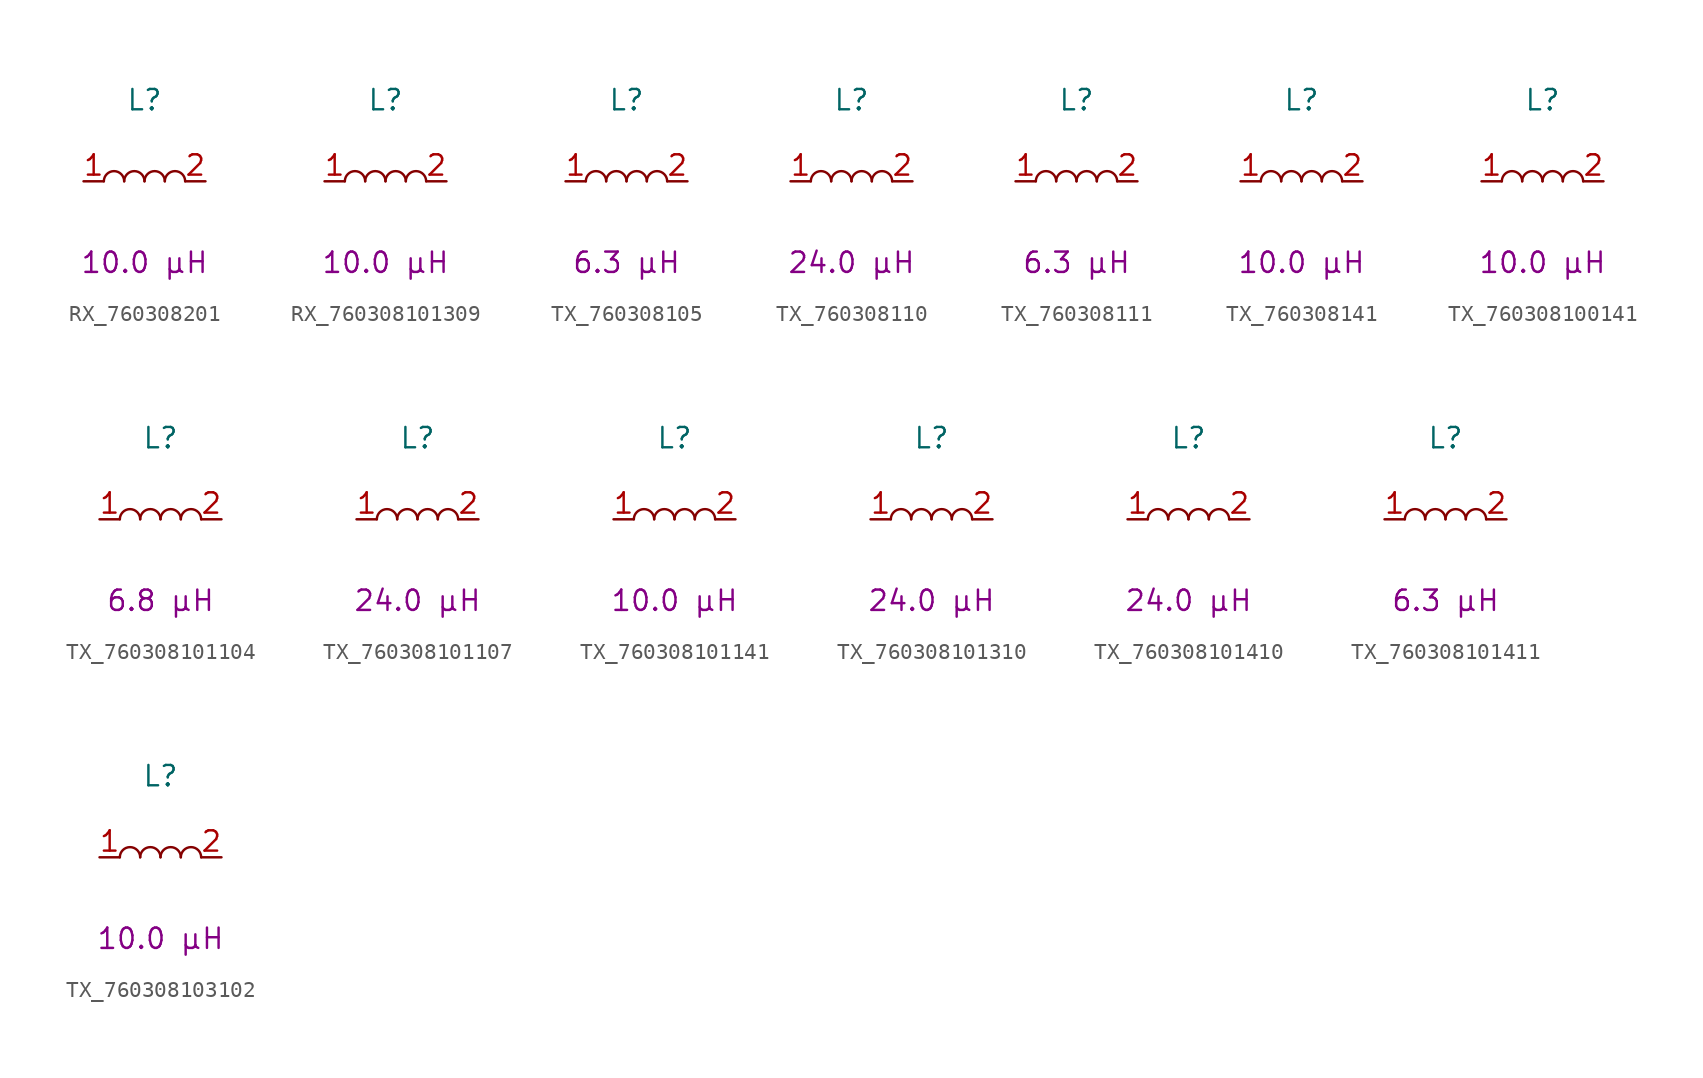
<source format=kicad_sym>
(kicad_symbol_lib
  (version 20220914)
  (generator kicad_symbol_editor)
  (symbol "RX_760308201"
    (pin_names hide)
    (property "Reference" "L"
      (at 0 5.08 0)
      (effects (font (size 1.27 1.27))))
    (property "Critical Parameter" "10.0 µH"
      (at 0 -5.08 0)
      (effects (font (size 1.27 1.27))))
    (symbol "RX_760308201_0_1"
      (arc (start -1.27 0) (mid -1.905 0.6323) (end -2.54 0) (stroke (width 0) (type default)) (fill (type none)))
      (arc (start 0 0) (mid -0.635 0.6323) (end -1.27 0) (stroke (width 0) (type default)) (fill (type none)))
      (arc (start 1.27 0) (mid 0.635 0.6323) (end 0 0) (stroke (width 0) (type default)) (fill (type none)))
      (arc (start 2.54 0) (mid 1.905 0.6323) (end 1.27 0) (stroke (width 0) (type default)) (fill (type none))))
    (symbol "RX_760308201_1_1"
      (pin passive line (at -3.81 0 0) (length 1.27) (name "1" (effects (font (size 1.27 1.27)))) (number "1" (effects (font (size 1.27 1.27)))))
      (pin passive line (at 3.81 0 180) (length 1.27) (name "2" (effects (font (size 1.27 1.27)))) (number "2" (effects (font (size 1.27 1.27)))))))
  (symbol "RX_760308101309"
    (pin_names hide)
    (property "Reference" "L"
      (at 0 5.08 0)
      (effects (font (size 1.27 1.27))))
    (property "Critical Parameter" "10.0 µH"
      (at 0 -5.08 0)
      (effects (font (size 1.27 1.27))))
    (symbol "RX_760308101309_0_1"
      (arc (start -1.27 0) (mid -1.905 0.6323) (end -2.54 0) (stroke (width 0) (type default)) (fill (type none)))
      (arc (start 0 0) (mid -0.635 0.6323) (end -1.27 0) (stroke (width 0) (type default)) (fill (type none)))
      (arc (start 1.27 0) (mid 0.635 0.6323) (end 0 0) (stroke (width 0) (type default)) (fill (type none)))
      (arc (start 2.54 0) (mid 1.905 0.6323) (end 1.27 0) (stroke (width 0) (type default)) (fill (type none))))
    (symbol "RX_760308101309_1_1"
      (pin passive line (at -3.81 0 0) (length 1.27) (name "1" (effects (font (size 1.27 1.27)))) (number "1" (effects (font (size 1.27 1.27)))))
      (pin passive line (at 3.81 0 180) (length 1.27) (name "2" (effects (font (size 1.27 1.27)))) (number "2" (effects (font (size 1.27 1.27)))))))
  (symbol "TX_760308105"
    (pin_names hide)
    (property "Reference" "L"
      (at 0 5.08 0)
      (effects (font (size 1.27 1.27))))
    (property "Critical Parameter" "6.3 µH"
      (at 0 -5.08 0)
      (effects (font (size 1.27 1.27))))
    (symbol "TX_760308105_0_1"
      (arc (start -1.27 0) (mid -1.905 0.6323) (end -2.54 0) (stroke (width 0) (type default)) (fill (type none)))
      (arc (start 0 0) (mid -0.635 0.6323) (end -1.27 0) (stroke (width 0) (type default)) (fill (type none)))
      (arc (start 1.27 0) (mid 0.635 0.6323) (end 0 0) (stroke (width 0) (type default)) (fill (type none)))
      (arc (start 2.54 0) (mid 1.905 0.6323) (end 1.27 0) (stroke (width 0) (type default)) (fill (type none))))
    (symbol "TX_760308105_1_1"
      (pin passive line (at -3.81 0 0) (length 1.27) (name "1" (effects (font (size 1.27 1.27)))) (number "1" (effects (font (size 1.27 1.27)))))
      (pin passive line (at 3.81 0 180) (length 1.27) (name "2" (effects (font (size 1.27 1.27)))) (number "2" (effects (font (size 1.27 1.27)))))))
  (symbol "TX_760308110"
    (pin_names hide)
    (property "Reference" "L"
      (at 0 5.08 0)
      (effects (font (size 1.27 1.27))))
    (property "Critical Parameter" "24.0 µH"
      (at 0 -5.08 0)
      (effects (font (size 1.27 1.27))))
    (symbol "TX_760308110_0_1"
      (arc (start -1.27 0) (mid -1.905 0.6323) (end -2.54 0) (stroke (width 0) (type default)) (fill (type none)))
      (arc (start 0 0) (mid -0.635 0.6323) (end -1.27 0) (stroke (width 0) (type default)) (fill (type none)))
      (arc (start 1.27 0) (mid 0.635 0.6323) (end 0 0) (stroke (width 0) (type default)) (fill (type none)))
      (arc (start 2.54 0) (mid 1.905 0.6323) (end 1.27 0) (stroke (width 0) (type default)) (fill (type none))))
    (symbol "TX_760308110_1_1"
      (pin passive line (at -3.81 0 0) (length 1.27) (name "1" (effects (font (size 1.27 1.27)))) (number "1" (effects (font (size 1.27 1.27)))))
      (pin passive line (at 3.81 0 180) (length 1.27) (name "2" (effects (font (size 1.27 1.27)))) (number "2" (effects (font (size 1.27 1.27)))))))
  (symbol "TX_760308111"
    (pin_names hide)
    (property "Reference" "L"
      (at 0 5.08 0)
      (effects (font (size 1.27 1.27))))
    (property "Critical Parameter" "6.3 µH"
      (at 0 -5.08 0)
      (effects (font (size 1.27 1.27))))
    (symbol "TX_760308111_0_1"
      (arc (start -1.27 0) (mid -1.905 0.6323) (end -2.54 0) (stroke (width 0) (type default)) (fill (type none)))
      (arc (start 0 0) (mid -0.635 0.6323) (end -1.27 0) (stroke (width 0) (type default)) (fill (type none)))
      (arc (start 1.27 0) (mid 0.635 0.6323) (end 0 0) (stroke (width 0) (type default)) (fill (type none)))
      (arc (start 2.54 0) (mid 1.905 0.6323) (end 1.27 0) (stroke (width 0) (type default)) (fill (type none))))
    (symbol "TX_760308111_1_1"
      (pin passive line (at -3.81 0 0) (length 1.27) (name "1" (effects (font (size 1.27 1.27)))) (number "1" (effects (font (size 1.27 1.27)))))
      (pin passive line (at 3.81 0 180) (length 1.27) (name "2" (effects (font (size 1.27 1.27)))) (number "2" (effects (font (size 1.27 1.27)))))))
  (symbol "TX_760308141"
    (pin_names hide)
    (property "Reference" "L"
      (at 0 5.08 0)
      (effects (font (size 1.27 1.27))))
    (property "Critical Parameter" "10.0 µH"
      (at 0 -5.08 0)
      (effects (font (size 1.27 1.27))))
    (symbol "TX_760308141_0_1"
      (arc (start -1.27 0) (mid -1.905 0.6323) (end -2.54 0) (stroke (width 0) (type default)) (fill (type none)))
      (arc (start 0 0) (mid -0.635 0.6323) (end -1.27 0) (stroke (width 0) (type default)) (fill (type none)))
      (arc (start 1.27 0) (mid 0.635 0.6323) (end 0 0) (stroke (width 0) (type default)) (fill (type none)))
      (arc (start 2.54 0) (mid 1.905 0.6323) (end 1.27 0) (stroke (width 0) (type default)) (fill (type none))))
    (symbol "TX_760308141_1_1"
      (pin passive line (at -3.81 0 0) (length 1.27) (name "1" (effects (font (size 1.27 1.27)))) (number "1" (effects (font (size 1.27 1.27)))))
      (pin passive line (at 3.81 0 180) (length 1.27) (name "2" (effects (font (size 1.27 1.27)))) (number "2" (effects (font (size 1.27 1.27)))))))
  (symbol "TX_760308100141"
    (pin_names hide)
    (property "Reference" "L"
      (at 0 5.08 0)
      (effects (font (size 1.27 1.27))))
    (property "Critical Parameter" "10.0 µH"
      (at 0 -5.08 0)
      (effects (font (size 1.27 1.27))))
    (symbol "TX_760308100141_0_1"
      (arc (start -1.27 0) (mid -1.905 0.6323) (end -2.54 0) (stroke (width 0) (type default)) (fill (type none)))
      (arc (start 0 0) (mid -0.635 0.6323) (end -1.27 0) (stroke (width 0) (type default)) (fill (type none)))
      (arc (start 1.27 0) (mid 0.635 0.6323) (end 0 0) (stroke (width 0) (type default)) (fill (type none)))
      (arc (start 2.54 0) (mid 1.905 0.6323) (end 1.27 0) (stroke (width 0) (type default)) (fill (type none))))
    (symbol "TX_760308100141_1_1"
      (pin passive line (at -3.81 0 0) (length 1.27) (name "1" (effects (font (size 1.27 1.27)))) (number "1" (effects (font (size 1.27 1.27)))))
      (pin passive line (at 3.81 0 180) (length 1.27) (name "2" (effects (font (size 1.27 1.27)))) (number "2" (effects (font (size 1.27 1.27)))))))
  (symbol "TX_760308101104"
    (pin_names hide)
    (property "Reference" "L"
      (at 0 5.08 0)
      (effects (font (size 1.27 1.27))))
    (property "Critical Parameter" "6.8 µH"
      (at 0 -5.08 0)
      (effects (font (size 1.27 1.27))))
    (symbol "TX_760308101104_0_1"
      (arc (start -1.27 0) (mid -1.905 0.6323) (end -2.54 0) (stroke (width 0) (type default)) (fill (type none)))
      (arc (start 0 0) (mid -0.635 0.6323) (end -1.27 0) (stroke (width 0) (type default)) (fill (type none)))
      (arc (start 1.27 0) (mid 0.635 0.6323) (end 0 0) (stroke (width 0) (type default)) (fill (type none)))
      (arc (start 2.54 0) (mid 1.905 0.6323) (end 1.27 0) (stroke (width 0) (type default)) (fill (type none))))
    (symbol "TX_760308101104_1_1"
      (pin passive line (at -3.81 0 0) (length 1.27) (name "1" (effects (font (size 1.27 1.27)))) (number "1" (effects (font (size 1.27 1.27)))))
      (pin passive line (at 3.81 0 180) (length 1.27) (name "2" (effects (font (size 1.27 1.27)))) (number "2" (effects (font (size 1.27 1.27)))))))
  (symbol "TX_760308101107"
    (pin_names hide)
    (property "Reference" "L"
      (at 0 5.08 0)
      (effects (font (size 1.27 1.27))))
    (property "Critical Parameter" "24.0 µH"
      (at 0 -5.08 0)
      (effects (font (size 1.27 1.27))))
    (symbol "TX_760308101107_0_1"
      (arc (start -1.27 0) (mid -1.905 0.6323) (end -2.54 0) (stroke (width 0) (type default)) (fill (type none)))
      (arc (start 0 0) (mid -0.635 0.6323) (end -1.27 0) (stroke (width 0) (type default)) (fill (type none)))
      (arc (start 1.27 0) (mid 0.635 0.6323) (end 0 0) (stroke (width 0) (type default)) (fill (type none)))
      (arc (start 2.54 0) (mid 1.905 0.6323) (end 1.27 0) (stroke (width 0) (type default)) (fill (type none))))
    (symbol "TX_760308101107_1_1"
      (pin passive line (at -3.81 0 0) (length 1.27) (name "1" (effects (font (size 1.27 1.27)))) (number "1" (effects (font (size 1.27 1.27)))))
      (pin passive line (at 3.81 0 180) (length 1.27) (name "2" (effects (font (size 1.27 1.27)))) (number "2" (effects (font (size 1.27 1.27)))))))
  (symbol "TX_760308101141"
    (pin_names hide)
    (property "Reference" "L"
      (at 0 5.08 0)
      (effects (font (size 1.27 1.27))))
    (property "Critical Parameter" "10.0 µH"
      (at 0 -5.08 0)
      (effects (font (size 1.27 1.27))))
    (symbol "TX_760308101141_0_1"
      (arc (start -1.27 0) (mid -1.905 0.6323) (end -2.54 0) (stroke (width 0) (type default)) (fill (type none)))
      (arc (start 0 0) (mid -0.635 0.6323) (end -1.27 0) (stroke (width 0) (type default)) (fill (type none)))
      (arc (start 1.27 0) (mid 0.635 0.6323) (end 0 0) (stroke (width 0) (type default)) (fill (type none)))
      (arc (start 2.54 0) (mid 1.905 0.6323) (end 1.27 0) (stroke (width 0) (type default)) (fill (type none))))
    (symbol "TX_760308101141_1_1"
      (pin passive line (at -3.81 0 0) (length 1.27) (name "1" (effects (font (size 1.27 1.27)))) (number "1" (effects (font (size 1.27 1.27)))))
      (pin passive line (at 3.81 0 180) (length 1.27) (name "2" (effects (font (size 1.27 1.27)))) (number "2" (effects (font (size 1.27 1.27)))))))
  (symbol "TX_760308101310"
    (pin_names hide)
    (property "Reference" "L"
      (at 0 5.08 0)
      (effects (font (size 1.27 1.27))))
    (property "Critical Parameter" "24.0 µH"
      (at 0 -5.08 0)
      (effects (font (size 1.27 1.27))))
    (symbol "TX_760308101310_0_1"
      (arc (start -1.27 0) (mid -1.905 0.6323) (end -2.54 0) (stroke (width 0) (type default)) (fill (type none)))
      (arc (start 0 0) (mid -0.635 0.6323) (end -1.27 0) (stroke (width 0) (type default)) (fill (type none)))
      (arc (start 1.27 0) (mid 0.635 0.6323) (end 0 0) (stroke (width 0) (type default)) (fill (type none)))
      (arc (start 2.54 0) (mid 1.905 0.6323) (end 1.27 0) (stroke (width 0) (type default)) (fill (type none))))
    (symbol "TX_760308101310_1_1"
      (pin passive line (at -3.81 0 0) (length 1.27) (name "1" (effects (font (size 1.27 1.27)))) (number "1" (effects (font (size 1.27 1.27)))))
      (pin passive line (at 3.81 0 180) (length 1.27) (name "2" (effects (font (size 1.27 1.27)))) (number "2" (effects (font (size 1.27 1.27)))))))
  (symbol "TX_760308101410"
    (pin_names hide)
    (property "Reference" "L"
      (at 0 5.08 0)
      (effects (font (size 1.27 1.27))))
    (property "Critical Parameter" "24.0 µH"
      (at 0 -5.08 0)
      (effects (font (size 1.27 1.27))))
    (symbol "TX_760308101410_0_1"
      (arc (start -1.27 0) (mid -1.905 0.6323) (end -2.54 0) (stroke (width 0) (type default)) (fill (type none)))
      (arc (start 0 0) (mid -0.635 0.6323) (end -1.27 0) (stroke (width 0) (type default)) (fill (type none)))
      (arc (start 1.27 0) (mid 0.635 0.6323) (end 0 0) (stroke (width 0) (type default)) (fill (type none)))
      (arc (start 2.54 0) (mid 1.905 0.6323) (end 1.27 0) (stroke (width 0) (type default)) (fill (type none))))
    (symbol "TX_760308101410_1_1"
      (pin passive line (at -3.81 0 0) (length 1.27) (name "1" (effects (font (size 1.27 1.27)))) (number "1" (effects (font (size 1.27 1.27)))))
      (pin passive line (at 3.81 0 180) (length 1.27) (name "2" (effects (font (size 1.27 1.27)))) (number "2" (effects (font (size 1.27 1.27)))))))
  (symbol "TX_760308101411"
    (pin_names hide)
    (property "Reference" "L"
      (at 0 5.08 0)
      (effects (font (size 1.27 1.27))))
    (property "Critical Parameter" "6.3 µH"
      (at 0 -5.08 0)
      (effects (font (size 1.27 1.27))))
    (symbol "TX_760308101411_0_1"
      (arc (start -1.27 0) (mid -1.905 0.6323) (end -2.54 0) (stroke (width 0) (type default)) (fill (type none)))
      (arc (start 0 0) (mid -0.635 0.6323) (end -1.27 0) (stroke (width 0) (type default)) (fill (type none)))
      (arc (start 1.27 0) (mid 0.635 0.6323) (end 0 0) (stroke (width 0) (type default)) (fill (type none)))
      (arc (start 2.54 0) (mid 1.905 0.6323) (end 1.27 0) (stroke (width 0) (type default)) (fill (type none))))
    (symbol "TX_760308101411_1_1"
      (pin passive line (at -3.81 0 0) (length 1.27) (name "1" (effects (font (size 1.27 1.27)))) (number "1" (effects (font (size 1.27 1.27)))))
      (pin passive line (at 3.81 0 180) (length 1.27) (name "2" (effects (font (size 1.27 1.27)))) (number "2" (effects (font (size 1.27 1.27)))))))
  (symbol "TX_760308103102"
    (pin_names hide)
    (property "Reference" "L"
      (at 0 5.08 0)
      (effects (font (size 1.27 1.27))))
    (property "Critical Parameter" "10.0 µH"
      (at 0 -5.08 0)
      (effects (font (size 1.27 1.27))))
    (symbol "TX_760308103102_0_1"
      (arc (start -1.27 0) (mid -1.905 0.6323) (end -2.54 0) (stroke (width 0) (type default)) (fill (type none)))
      (arc (start 0 0) (mid -0.635 0.6323) (end -1.27 0) (stroke (width 0) (type default)) (fill (type none)))
      (arc (start 1.27 0) (mid 0.635 0.6323) (end 0 0) (stroke (width 0) (type default)) (fill (type none)))
      (arc (start 2.54 0) (mid 1.905 0.6323) (end 1.27 0) (stroke (width 0) (type default)) (fill (type none))))
    (symbol "TX_760308103102_1_1"
      (pin passive line (at -3.81 0 0) (length 1.27) (name "1" (effects (font (size 1.27 1.27)))) (number "1" (effects (font (size 1.27 1.27)))))
      (pin passive line (at 3.81 0 180) (length 1.27) (name "2" (effects (font (size 1.27 1.27)))) (number "2" (effects (font (size 1.27 1.27))))))))
</source>
